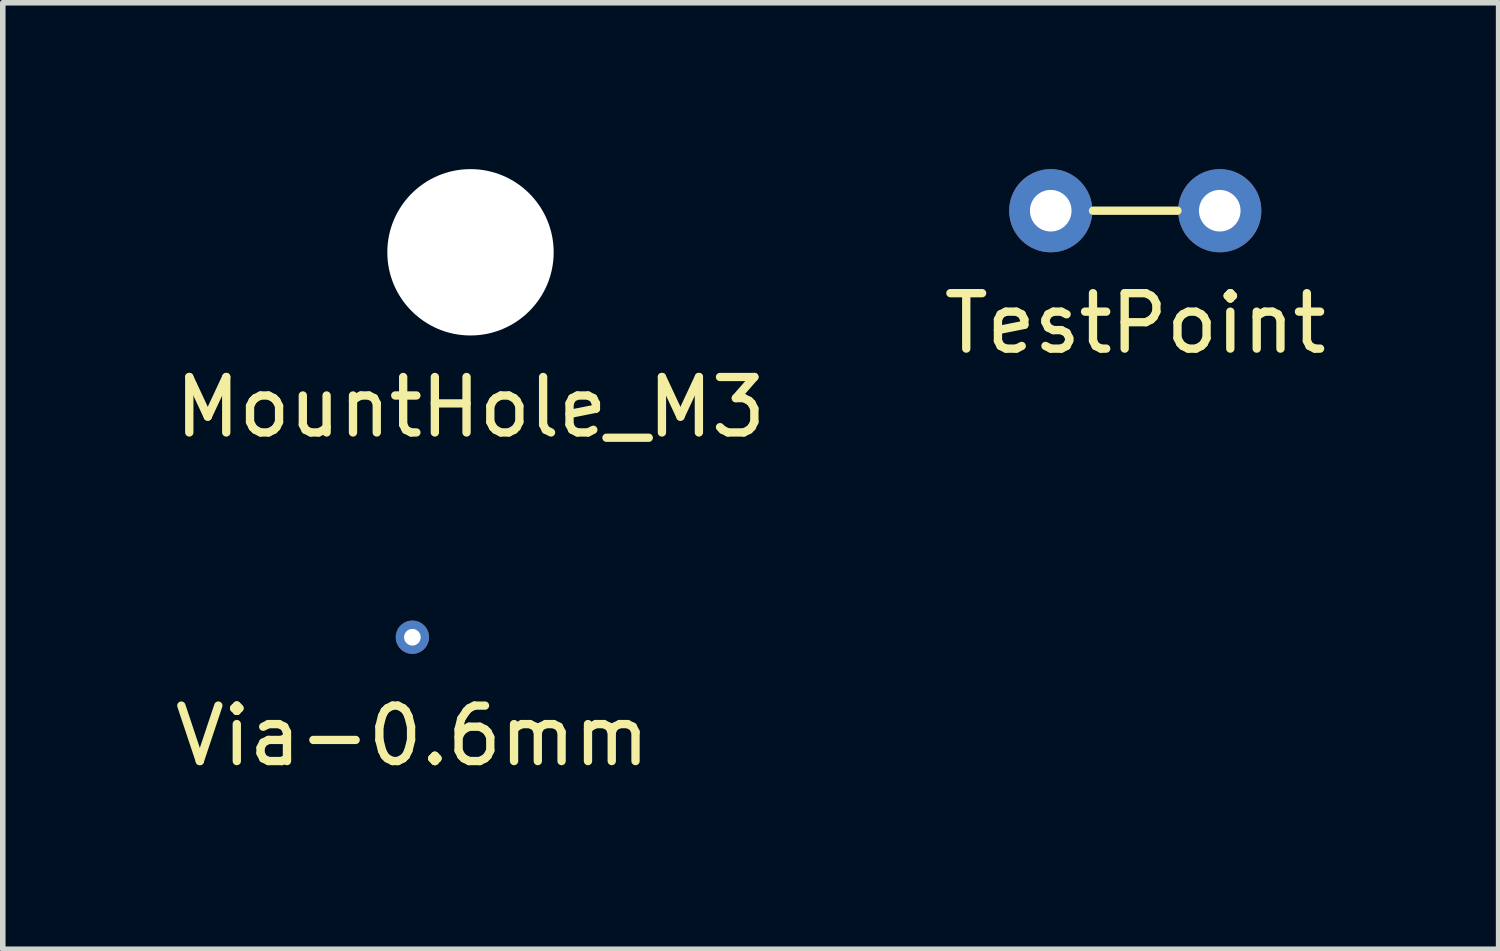
<source format=kicad_pcb>
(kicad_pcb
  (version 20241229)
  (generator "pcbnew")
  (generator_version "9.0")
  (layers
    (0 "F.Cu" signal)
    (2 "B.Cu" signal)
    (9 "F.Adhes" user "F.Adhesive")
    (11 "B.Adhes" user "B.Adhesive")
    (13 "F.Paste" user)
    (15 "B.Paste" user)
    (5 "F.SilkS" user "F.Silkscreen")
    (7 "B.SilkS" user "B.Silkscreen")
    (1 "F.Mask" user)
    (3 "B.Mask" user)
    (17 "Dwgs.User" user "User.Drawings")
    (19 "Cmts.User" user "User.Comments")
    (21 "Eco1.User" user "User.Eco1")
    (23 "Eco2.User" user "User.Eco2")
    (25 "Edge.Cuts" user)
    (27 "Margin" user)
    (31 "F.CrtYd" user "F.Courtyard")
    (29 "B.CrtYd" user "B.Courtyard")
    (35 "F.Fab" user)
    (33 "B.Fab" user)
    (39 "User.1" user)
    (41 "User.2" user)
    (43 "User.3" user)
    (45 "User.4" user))
  (footprint "MountHole_M3"
    (layer "F.Cu")
    (at 5.435 1.5)
    (property "Reference" "MountHole_M3" (at 0 2.794 0) (layer "F.SilkS") (effects (font (size 1 1) (thickness 0.15))))
    (attr through_hole)
    (pad "" np_thru_hole circle (at 0 0) (size 3 3) (drill 3) (layers "*.Cu" "*.Mask")))
  (footprint "TestPoint"
    (layer "F.Cu")
    (at 17.423 0.75)
    (property "Reference" "TestPoint" (at 0 2.032 0) (layer "F.SilkS") (effects (font (size 1 1) (thickness 0.15))))
    (attr through_hole)
    (fp_line (start -0.762 0) (end 0.762 0) (stroke (width 0.15) (type solid)) (layer "F.SilkS"))
    (pad "1" thru_hole circle (at -1.524 0) (size 1.5 1.5) (drill 0.75) (layers "*.Cu" "*.Mask"))
    (pad "2" thru_hole circle (at 1.524 0) (size 1.5 1.5) (drill 0.75) (layers "*.Cu" "*.Mask")))
  (footprint "Via-0.6mm"
    (layer "F.Cu")
    (at 4.387 8.442)
    (property "Reference" "Via-0.6mm" (at 0 1.778 0) (layer "F.SilkS") (effects (font (size 1 1) (thickness 0.15))))
    (attr through_hole)
    (pad "1" thru_hole circle (at 0 0) (size 0.6 0.6) (drill 0.3) (layers "*.Cu")))
  (gr_rect
    (start -3 -3)
    (end 23.976 14.069)
    (stroke (width 0.1) (type default))
    (fill no)
    (layer "Edge.Cuts")))
</source>
